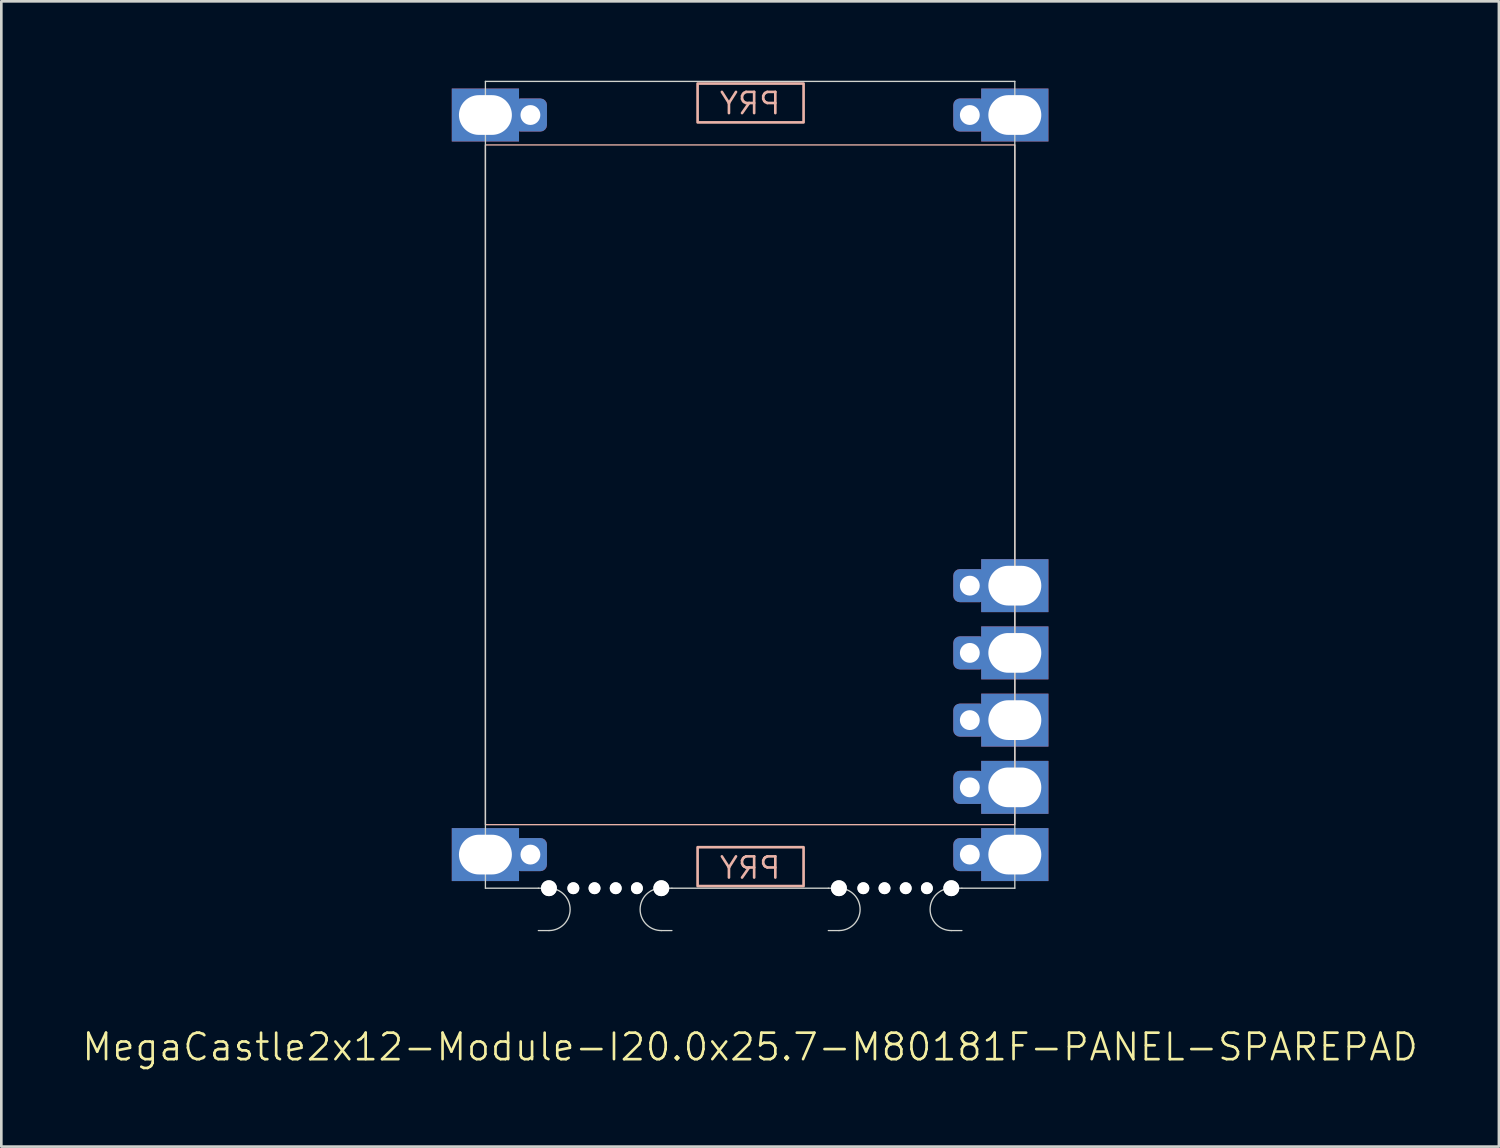
<source format=kicad_pcb>
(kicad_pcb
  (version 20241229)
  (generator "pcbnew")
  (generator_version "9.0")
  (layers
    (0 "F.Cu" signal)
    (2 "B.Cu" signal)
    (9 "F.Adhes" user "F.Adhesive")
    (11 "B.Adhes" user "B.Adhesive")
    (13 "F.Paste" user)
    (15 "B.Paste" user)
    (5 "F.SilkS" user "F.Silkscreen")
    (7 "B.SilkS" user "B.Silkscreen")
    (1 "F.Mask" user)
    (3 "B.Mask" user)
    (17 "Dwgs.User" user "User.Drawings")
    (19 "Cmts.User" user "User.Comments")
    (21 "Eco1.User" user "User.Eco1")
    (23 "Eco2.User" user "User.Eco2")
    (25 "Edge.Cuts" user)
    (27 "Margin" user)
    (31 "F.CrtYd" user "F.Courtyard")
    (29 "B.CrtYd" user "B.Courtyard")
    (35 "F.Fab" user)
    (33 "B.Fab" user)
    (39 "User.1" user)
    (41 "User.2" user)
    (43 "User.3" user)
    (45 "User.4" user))
  (footprint "MegaCastle2x12-Module-I20.0x25.7-M80181F-PANEL-SPAREPAD"
    (layer "F.Cu")
    (at 25.288 15.265)
    (property "Reference" "MegaCastle2x12-Module-I20.0x25.7-M80181F-PANEL-SPAREPAD" (at 0 21.24 0) (unlocked yes) (layer "F.SilkS") (effects (font (size 1 1) (thickness 0.1))))
    (attr smd)
    (fp_rect (start -10 12.84) (end 10 -12.84) (stroke (width 0.05) (type default)) (fill no) (layer "B.SilkS"))
    (fp_rect (start -1.984 -13.691) (end 2.02 -15.16) (stroke (width 0.1) (type default)) (fill no) (layer "B.SilkS"))
    (fp_rect (start -1.984 13.691) (end 2.02 15.16) (stroke (width 0.1) (type default)) (fill no) (layer "B.SilkS"))
    (fp_line (start -10 -15.24) (end -10 15.24) (stroke (width 0.05) (type default)) (layer "Edge.Cuts"))
    (fp_line (start -10 -15.24) (end 10 -15.24) (stroke (width 0.05) (type default)) (layer "Edge.Cuts"))
    (fp_line (start -10 15.24) (end -8 15.24) (stroke (width 0.05) (type default)) (layer "Edge.Cuts"))
    (fp_line (start -8 15.24) (end -7.6 15.24) (stroke (width 0.05) (type default)) (layer "Edge.Cuts"))
    (fp_line (start -8 16.84) (end -7.6 16.84) (stroke (width 0.05) (type default)) (layer "Edge.Cuts"))
    (fp_line (start -2.955 15.24) (end -3.355 15.24) (stroke (width 0.05) (type default)) (layer "Edge.Cuts"))
    (fp_line (start -2.955 15.24) (end 2.955 15.24) (stroke (width 0.05) (type default)) (layer "Edge.Cuts"))
    (fp_line (start -2.955 16.84) (end -3.355 16.84) (stroke (width 0.05) (type default)) (layer "Edge.Cuts"))
    (fp_line (start 2.955 15.24) (end 3.355 15.24) (stroke (width 0.05) (type default)) (layer "Edge.Cuts"))
    (fp_line (start 2.955 16.84) (end 3.355 16.84) (stroke (width 0.05) (type default)) (layer "Edge.Cuts"))
    (fp_line (start 8 15.24) (end 7.6 15.24) (stroke (width 0.05) (type default)) (layer "Edge.Cuts"))
    (fp_line (start 8 15.24) (end 10 15.24) (stroke (width 0.05) (type default)) (layer "Edge.Cuts"))
    (fp_line (start 8 16.84) (end 7.6 16.84) (stroke (width 0.05) (type default)) (layer "Edge.Cuts"))
    (fp_line (start 10 -15.24) (end 10 15.24) (stroke (width 0.05) (type default)) (layer "Edge.Cuts"))
    (fp_arc (start -7.6 15.24) (mid -6.8 16.040001) (end -7.6 16.84) (stroke (width 0.05) (type default)) (layer "Edge.Cuts"))
    (fp_arc (start -3.355 16.84) (mid -4.155 16.04) (end -3.355 15.24) (stroke (width 0.05) (type default)) (layer "Edge.Cuts"))
    (fp_arc (start 3.355 15.24) (mid 4.155 16.040001) (end 3.355 16.84) (stroke (width 0.05) (type default)) (layer "Edge.Cuts"))
    (fp_arc (start 7.6 16.84) (mid 6.8 16.04) (end 7.6 15.24) (stroke (width 0.05) (type default)) (layer "Edge.Cuts"))
    (fp_text user "PRY" (at 0 14.94 0) (unlocked yes) (layer "B.SilkS") (effects (font (size 0.8 0.8) (thickness 0.1)) (justify bottom mirror)))
    (fp_text user "PRY" (at 0 -13.94 0) (unlocked yes) (layer "B.SilkS") (effects (font (size 0.8 0.8) (thickness 0.1)) (justify bottom mirror)))
    (pad "" np_thru_hole circle (at -7.6 15.24) (size 0.6 0.6) (drill 0.6) (layers "*.Cu" "Edge.Cuts"))
    (pad "" np_thru_hole circle (at -6.678 15.24) (size 0.45 0.45) (drill 0.45) (layers "*.Cu" "Edge.Cuts"))
    (pad "" np_thru_hole circle (at -5.878 15.24) (size 0.45 0.45) (drill 0.45) (layers "*.Cu" "Edge.Cuts"))
    (pad "" np_thru_hole circle (at -5.077 15.24) (size 0.45 0.45) (drill 0.45) (layers "*.Cu" "Edge.Cuts"))
    (pad "" np_thru_hole circle (at -4.277 15.24) (size 0.45 0.45) (drill 0.45) (layers "*.Cu" "Edge.Cuts"))
    (pad "" np_thru_hole circle (at -3.355 15.24) (size 0.6 0.6) (drill 0.6) (layers "*.Cu" "Edge.Cuts"))
    (pad "" np_thru_hole circle (at 3.355 15.24) (size 0.6 0.6) (drill 0.6) (layers "*.Cu" "Edge.Cuts"))
    (pad "" np_thru_hole circle (at 4.277 15.24) (size 0.45 0.45) (drill 0.45) (layers "*.Cu" "Edge.Cuts"))
    (pad "" np_thru_hole circle (at 5.077 15.24) (size 0.45 0.45) (drill 0.45) (layers "*.Cu" "Edge.Cuts"))
    (pad "" np_thru_hole circle (at 5.878 15.24) (size 0.45 0.45) (drill 0.45) (layers "*.Cu" "Edge.Cuts"))
    (pad "" np_thru_hole circle (at 6.678 15.24) (size 0.45 0.45) (drill 0.45) (layers "*.Cu" "Edge.Cuts"))
    (pad "" np_thru_hole circle (at 7.6 15.24) (size 0.6 0.6) (drill 0.6) (layers "*.Cu" "Edge.Cuts"))
    (pad "1" thru_hole rect (at -10 -13.97) (size 2.54 2) (drill oval 2 1.5) (property pad_prop_castellated) (layers "*.Cu" "*.Mask"))
    (pad "1" thru_hole roundrect (at -8.3 -13.97 180) (size 1.25 1.25) (drill 0.75) (layers "*.Cu" "*.Mask") (roundrect_rratio 0.2))
    (pad "12" thru_hole rect (at -10 13.97) (size 2.54 2) (drill oval 2 1.5) (property pad_prop_castellated) (layers "*.Cu" "*.Mask"))
    (pad "12" thru_hole roundrect (at -8.3 13.97 180) (size 1.25 1.25) (drill 0.75) (layers "*.Cu" "*.Mask") (roundrect_rratio 0.2))
    (pad "13" thru_hole roundrect (at 8.3 -13.97 180) (size 1.25 1.25) (drill 0.75) (layers "*.Cu" "*.Mask") (roundrect_rratio 0.2))
    (pad "13" thru_hole rect (at 10 -13.97) (size 2.54 2) (drill oval 2 1.5) (property pad_prop_castellated) (layers "*.Cu" "*.Mask"))
    (pad "20" thru_hole roundrect (at 8.3 3.81 180) (size 1.25 1.25) (drill 0.75) (layers "*.Cu" "*.Mask") (roundrect_rratio 0.2))
    (pad "20" thru_hole rect (at 10 3.81) (size 2.54 2) (drill oval 2 1.5) (property pad_prop_castellated) (layers "*.Cu" "*.Mask"))
    (pad "21" thru_hole roundrect (at 8.3 6.35 180) (size 1.25 1.25) (drill 0.75) (layers "*.Cu" "*.Mask") (roundrect_rratio 0.2))
    (pad "21" thru_hole rect (at 10 6.35) (size 2.54 2) (drill oval 2 1.5) (property pad_prop_castellated) (layers "*.Cu" "*.Mask"))
    (pad "22" thru_hole roundrect (at 8.3 8.89 180) (size 1.25 1.25) (drill 0.75) (layers "*.Cu" "*.Mask") (roundrect_rratio 0.2))
    (pad "22" thru_hole rect (at 10 8.89) (size 2.54 2) (drill oval 2 1.5) (property pad_prop_castellated) (layers "*.Cu" "*.Mask"))
    (pad "23" thru_hole roundrect (at 8.3 11.43 180) (size 1.25 1.25) (drill 0.75) (layers "*.Cu" "*.Mask") (roundrect_rratio 0.2))
    (pad "23" thru_hole rect (at 10 11.43) (size 2.54 2) (drill oval 2 1.5) (property pad_prop_castellated) (layers "*.Cu" "*.Mask"))
    (pad "24" thru_hole roundrect (at 8.3 13.97 180) (size 1.25 1.25) (drill 0.75) (layers "*.Cu" "*.Mask") (roundrect_rratio 0.2))
    (pad "24" thru_hole rect (at 10 13.97) (size 2.54 2) (drill oval 2 1.5) (property pad_prop_castellated) (layers "*.Cu" "*.Mask"))
    (zone (net_name "") (layer "B.Cu") (hatch edge 0.5) (connect_pads) (min_thickness 0.25) (filled_areas_thickness no) (keepout (tracks allowed) (vias allowed) (pads allowed) (copperpour allowed) (footprints not_allowed)) (placement (enabled no)) (fill) (polygon (pts (xy 15.288 30.505) (xy 15.288 0.025))))
    (zone (net_name "") (layer "B.Cu") (hatch edge 0.5) (connect_pads) (min_thickness 0.25) (filled_areas_thickness no) (keepout (tracks allowed) (vias allowed) (pads allowed) (copperpour allowed) (footprints not_allowed)) (placement (enabled no)) (fill) (polygon (pts (xy 35.288 30.505) (xy 35.288 0.025))))
    (zone (net_name "") (layer "B.Cu") (hatch edge 0.5) (connect_pads) (min_thickness 0.25) (filled_areas_thickness no) (keepout (tracks allowed) (vias allowed) (pads allowed) (copperpour allowed) (footprints not_allowed)) (placement (enabled no)) (fill) (polygon (pts (xy 15.288 0.025) (xy 15.288 2.425) (xy 35.288 2.425) (xy 35.288 0.025))))
    (zone (net_name "") (layer "B.Cu") (hatch edge 0.5) (connect_pads) (min_thickness 0.25) (filled_areas_thickness no) (keepout (tracks allowed) (vias allowed) (pads allowed) (copperpour allowed) (footprints not_allowed)) (placement (enabled no)) (fill) (polygon (pts (xy 15.288 30.505) (xy 15.288 28.105) (xy 35.288 28.105) (xy 35.288 30.505))))
    (zone (net_name "") (layer "B.Cu") (name "Upper Pry Zone") (hatch edge 0.5) (connect_pads) (min_thickness 0.25) (filled_areas_thickness no) (keepout (tracks not_allowed) (vias not_allowed) (pads not_allowed) (copperpour allowed) (footprints not_allowed)) (placement (enabled no)) (fill) (polygon (pts (xy 23.304 1.574) (xy 23.304 0.105) (xy 27.308 0.105) (xy 27.308 1.574))))
    (zone (net_name "") (layer "B.Cu") (name "Upper Pry Zone") (hatch edge 0.5) (connect_pads) (min_thickness 0.25) (filled_areas_thickness no) (keepout (tracks not_allowed) (vias not_allowed) (pads not_allowed) (copperpour allowed) (footprints not_allowed)) (placement (enabled no)) (fill) (polygon (pts (xy 23.304 28.956) (xy 23.304 30.425) (xy 27.308 30.425) (xy 27.308 28.956)))))
  (gr_rect
    (start -3 -3)
    (end 53.576 40.266)
    (stroke (width 0.1) (type default))
    (fill no)
    (layer "Edge.Cuts")))
</source>
